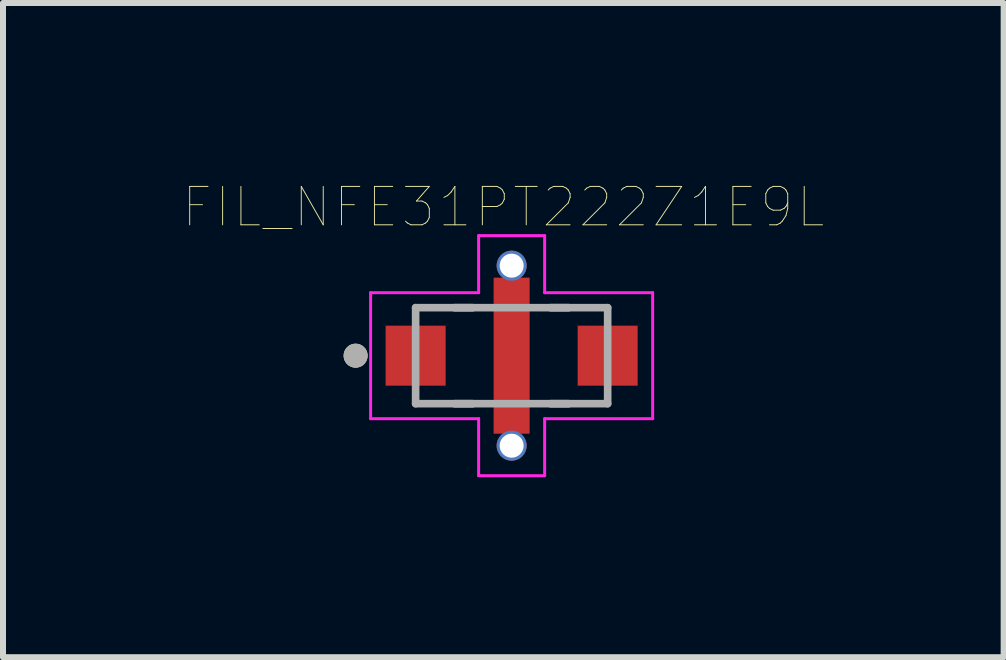
<source format=kicad_pcb>
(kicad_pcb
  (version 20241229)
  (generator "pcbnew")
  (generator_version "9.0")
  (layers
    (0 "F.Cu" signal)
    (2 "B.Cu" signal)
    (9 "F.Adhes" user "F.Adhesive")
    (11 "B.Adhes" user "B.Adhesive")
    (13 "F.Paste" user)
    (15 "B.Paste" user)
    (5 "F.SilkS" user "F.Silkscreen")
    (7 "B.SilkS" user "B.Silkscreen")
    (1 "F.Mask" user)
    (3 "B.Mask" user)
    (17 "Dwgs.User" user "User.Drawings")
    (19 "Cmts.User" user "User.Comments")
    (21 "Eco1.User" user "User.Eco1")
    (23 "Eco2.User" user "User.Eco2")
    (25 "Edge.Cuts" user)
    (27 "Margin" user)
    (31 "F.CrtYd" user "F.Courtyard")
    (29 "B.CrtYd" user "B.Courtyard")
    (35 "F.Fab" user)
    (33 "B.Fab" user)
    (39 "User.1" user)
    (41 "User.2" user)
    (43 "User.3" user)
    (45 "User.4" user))
  (footprint "FIL_NFE31PT222Z1E9L"
    (layer "F.Cu")
    (at 5.476 2.877)
    (property "Reference" "FIL_NFE31PT222Z1E9L" (at -0.138 -2.476 0) (layer "F.SilkS") (effects (font (size 0.64 0.64) (thickness 0.015))))
    (attr smd)
    (fp_poly (pts (xy -2.1 -0.5) (xy -1.1 -0.5) (xy -1.1 0.5) (xy -2.1 0.5)) (stroke (width 0.01) (type solid)) (fill yes) (layer "F.Mask"))
    (fp_poly (pts (xy -0.3 -1.3) (xy 0.3 -1.3) (xy 0.3 1.3) (xy -0.3 1.3)) (stroke (width 0.01) (type solid)) (fill yes) (layer "F.Mask"))
    (fp_poly (pts (xy 1.1 -0.5) (xy 2.1 -0.5) (xy 2.1 0.5) (xy 1.1 0.5)) (stroke (width 0.01) (type solid)) (fill yes) (layer "F.Mask"))
    (fp_line (start -0.65 -0.8) (end -0.95 -0.8) (stroke (width 0.127) (type solid)) (layer "F.SilkS"))
    (fp_line (start -0.65 0.8) (end -0.95 0.8) (stroke (width 0.127) (type solid)) (layer "F.SilkS"))
    (fp_line (start 0.95 -0.8) (end 0.65 -0.8) (stroke (width 0.127) (type solid)) (layer "F.SilkS"))
    (fp_line (start 0.95 0.8) (end 0.65 0.8) (stroke (width 0.127) (type solid)) (layer "F.SilkS"))
    (fp_circle (center -2.6 0) (end -2.5 0) (stroke (width 0.2) (type solid)) (fill no) (layer "F.SilkS"))
    (fp_poly (pts (xy -0.3 -1.3) (xy 0.3 -1.3) (xy 0.3 -0.3) (xy -0.3 -0.3)) (stroke (width 0.01) (type solid)) (fill yes) (layer "F.Paste"))
    (fp_poly (pts (xy -0.3 0.3) (xy 0.3 0.3) (xy 0.3 1.3) (xy -0.3 1.3)) (stroke (width 0.01) (type solid)) (fill yes) (layer "F.Paste"))
    (fp_line (start -2.35 -1.05) (end -0.55 -1.05) (stroke (width 0.05) (type solid)) (layer "F.CrtYd"))
    (fp_line (start -2.35 1.05) (end -2.35 -1.05) (stroke (width 0.05) (type solid)) (layer "F.CrtYd"))
    (fp_line (start -0.55 -2) (end 0.55 -2) (stroke (width 0.05) (type solid)) (layer "F.CrtYd"))
    (fp_line (start -0.55 -1.05) (end -0.55 -2) (stroke (width 0.05) (type solid)) (layer "F.CrtYd"))
    (fp_line (start -0.55 1.05) (end -2.35 1.05) (stroke (width 0.05) (type solid)) (layer "F.CrtYd"))
    (fp_line (start -0.55 2) (end -0.55 1.05) (stroke (width 0.05) (type solid)) (layer "F.CrtYd"))
    (fp_line (start 0.55 -2) (end 0.55 -1.05) (stroke (width 0.05) (type solid)) (layer "F.CrtYd"))
    (fp_line (start 0.55 -1.05) (end 2.35 -1.05) (stroke (width 0.05) (type solid)) (layer "F.CrtYd"))
    (fp_line (start 0.55 1.05) (end 0.55 2) (stroke (width 0.05) (type solid)) (layer "F.CrtYd"))
    (fp_line (start 0.55 2) (end -0.55 2) (stroke (width 0.05) (type solid)) (layer "F.CrtYd"))
    (fp_line (start 2.35 -1.05) (end 2.35 1.05) (stroke (width 0.05) (type solid)) (layer "F.CrtYd"))
    (fp_line (start 2.35 1.05) (end 0.55 1.05) (stroke (width 0.05) (type solid)) (layer "F.CrtYd"))
    (fp_line (start -1.6 -0.8) (end -1.6 0.8) (stroke (width 0.127) (type solid)) (layer "F.Fab"))
    (fp_line (start -1.6 0.8) (end 1.6 0.8) (stroke (width 0.127) (type solid)) (layer "F.Fab"))
    (fp_line (start 1.6 -0.8) (end -1.6 -0.8) (stroke (width 0.127) (type solid)) (layer "F.Fab"))
    (fp_line (start 1.6 0.8) (end 1.6 -0.8) (stroke (width 0.127) (type solid)) (layer "F.Fab"))
    (fp_circle (center -2.6 0) (end -2.5 0) (stroke (width 0.2) (type solid)) (fill no) (layer "F.Fab"))
    (pad "1" smd rect (at -1.6 0) (size 1 1) (layers "F.Cu" "F.Paste"))
    (pad "2" thru_hole circle (at 0 -1.5) (size 0.5 0.5) (drill 0.4) (layers "*.Cu"))
    (pad "2" smd rect (at 0 0) (size 0.6 2.6) (layers "F.Cu"))
    (pad "2" thru_hole circle (at 0 1.5) (size 0.5 0.5) (drill 0.4) (layers "*.Cu"))
    (pad "3" smd rect (at 1.6 0) (size 1 1) (layers "F.Cu" "F.Paste")))
  (gr_rect
    (start -3 -3)
    (end 13.675 7.902)
    (stroke (width 0.1) (type default))
    (fill no)
    (layer "Edge.Cuts")))
</source>
